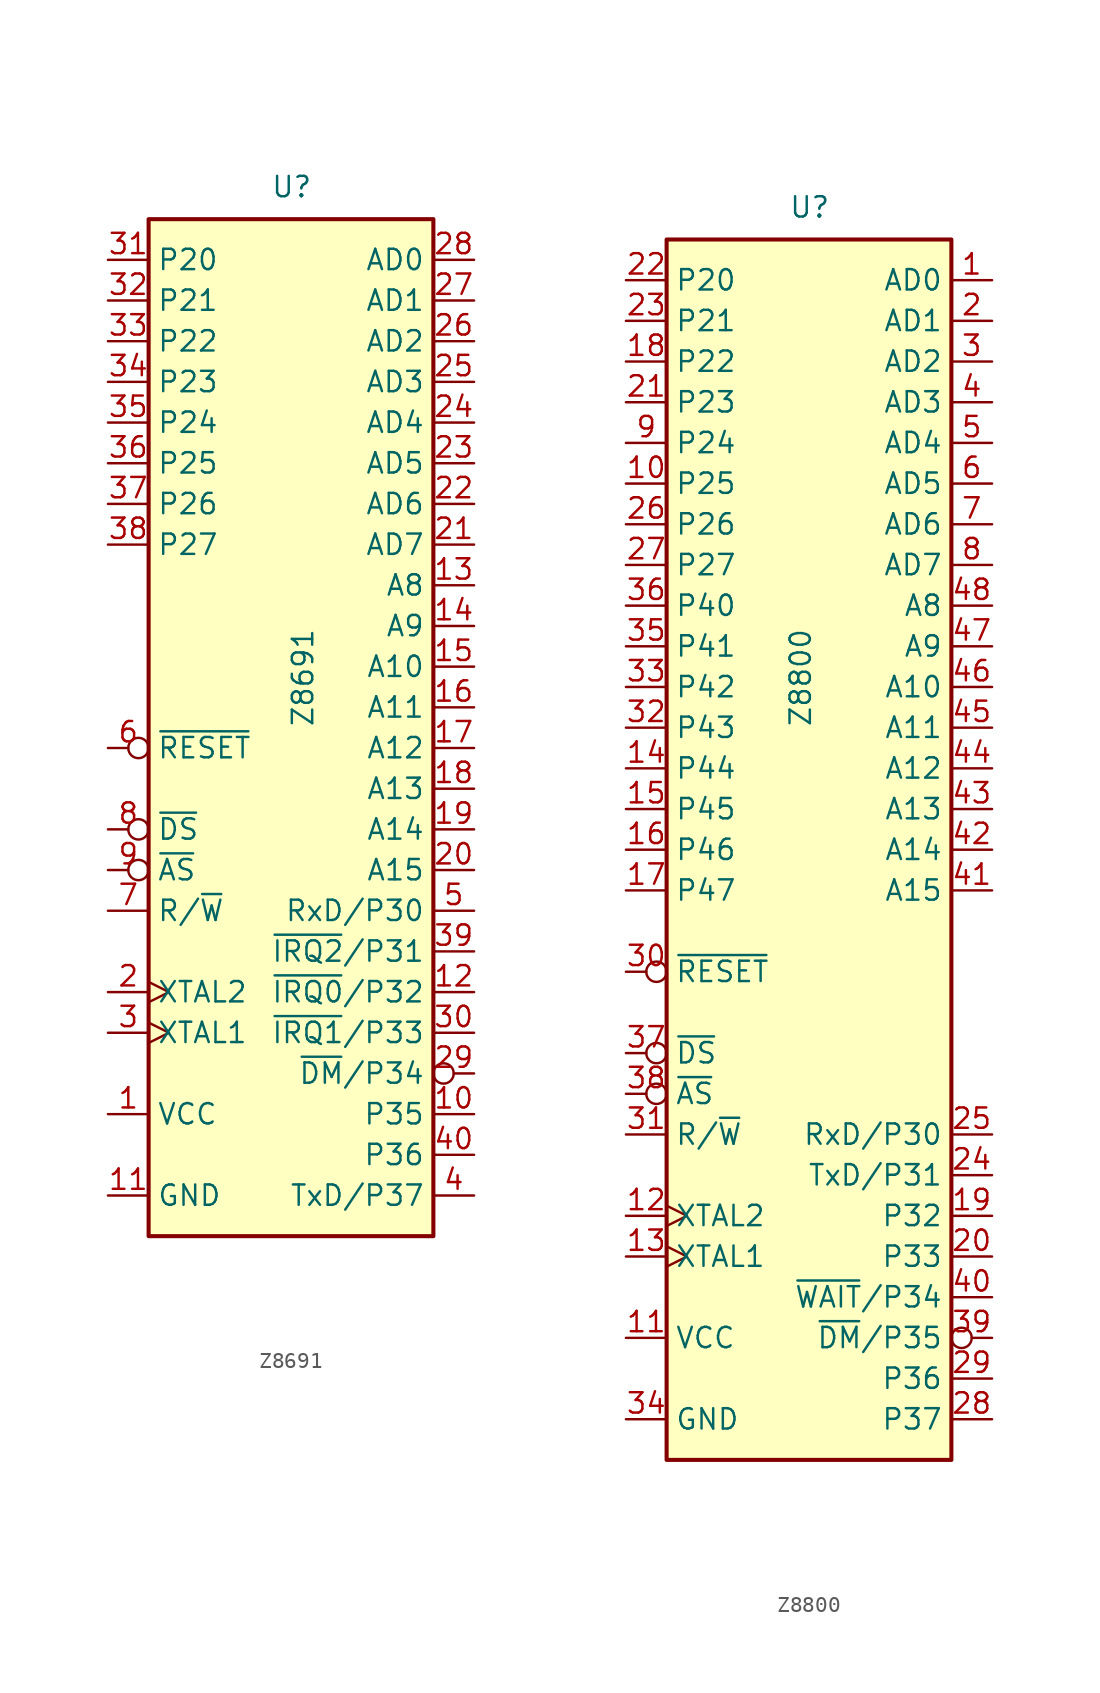
<source format=kicad_sym>
(kicad_symbol_lib
  (version 20220914)
  (generator kicad_symbol_editor)
  (symbol "Z8691"
    (property "Reference" "U"
      (at -1.27 31.75 0)
      (effects (font (size 1.27 1.27)) (justify left bottom)))
    (property "Value" "Z8691"
      (at 0 -1.27 90)
      (effects (font (size 1.27 1.27)) (justify left top)))
    (symbol "Z8691_0_1"
      (rectangle (start -8.89 -33.02) (end 8.89 30.48) (stroke (width 0.254) (type default)) (fill (type background))))
    (symbol "Z8691_1_1"
      (pin power_in line (at -11.43 -25.4 0) (length 2.54) (name "VCC" (effects (font (size 1.27 1.27)))) (number "1" (effects (font (size 1.27 1.27)))))
      (pin output line (at 11.43 -25.4 180) (length 2.54) (name "P35" (effects (font (size 1.27 1.27)))) (number "10" (effects (font (size 1.27 1.27)))))
      (pin power_in line (at -11.43 -30.48 0) (length 2.54) (name "GND" (effects (font (size 1.27 1.27)))) (number "11" (effects (font (size 1.27 1.27)))))
      (pin input line (at 11.43 -17.78 180) (length 2.54) (name "~{IRQ0}/P32" (effects (font (size 1.27 1.27)))) (number "12" (effects (font (size 1.27 1.27)))))
      (pin output line (at 11.43 7.62 180) (length 2.54) (name "A8" (effects (font (size 1.27 1.27)))) (number "13" (effects (font (size 1.27 1.27)))))
      (pin output line (at 11.43 5.08 180) (length 2.54) (name "A9" (effects (font (size 1.27 1.27)))) (number "14" (effects (font (size 1.27 1.27)))))
      (pin output line (at 11.43 2.54 180) (length 2.54) (name "A10" (effects (font (size 1.27 1.27)))) (number "15" (effects (font (size 1.27 1.27)))))
      (pin output line (at 11.43 0 180) (length 2.54) (name "A11" (effects (font (size 1.27 1.27)))) (number "16" (effects (font (size 1.27 1.27)))))
      (pin output line (at 11.43 -2.54 180) (length 2.54) (name "A12" (effects (font (size 1.27 1.27)))) (number "17" (effects (font (size 1.27 1.27)))))
      (pin output line (at 11.43 -5.08 180) (length 2.54) (name "A13" (effects (font (size 1.27 1.27)))) (number "18" (effects (font (size 1.27 1.27)))))
      (pin output line (at 11.43 -7.62 180) (length 2.54) (name "A14" (effects (font (size 1.27 1.27)))) (number "19" (effects (font (size 1.27 1.27)))))
      (pin output clock (at -11.43 -17.78 0) (length 2.54) (name "XTAL2" (effects (font (size 1.27 1.27)))) (number "2" (effects (font (size 1.27 1.27)))))
      (pin output line (at 11.43 -10.16 180) (length 2.54) (name "A15" (effects (font (size 1.27 1.27)))) (number "20" (effects (font (size 1.27 1.27)))))
      (pin bidirectional line (at 11.43 10.16 180) (length 2.54) (name "AD7" (effects (font (size 1.27 1.27)))) (number "21" (effects (font (size 1.27 1.27)))))
      (pin bidirectional line (at 11.43 12.7 180) (length 2.54) (name "AD6" (effects (font (size 1.27 1.27)))) (number "22" (effects (font (size 1.27 1.27)))))
      (pin bidirectional line (at 11.43 15.24 180) (length 2.54) (name "AD5" (effects (font (size 1.27 1.27)))) (number "23" (effects (font (size 1.27 1.27)))))
      (pin bidirectional line (at 11.43 17.78 180) (length 2.54) (name "AD4" (effects (font (size 1.27 1.27)))) (number "24" (effects (font (size 1.27 1.27)))))
      (pin bidirectional line (at 11.43 20.32 180) (length 2.54) (name "AD3" (effects (font (size 1.27 1.27)))) (number "25" (effects (font (size 1.27 1.27)))))
      (pin bidirectional line (at 11.43 22.86 180) (length 2.54) (name "AD2" (effects (font (size 1.27 1.27)))) (number "26" (effects (font (size 1.27 1.27)))))
      (pin bidirectional line (at 11.43 25.4 180) (length 2.54) (name "AD1" (effects (font (size 1.27 1.27)))) (number "27" (effects (font (size 1.27 1.27)))))
      (pin bidirectional line (at 11.43 27.94 180) (length 2.54) (name "AD0" (effects (font (size 1.27 1.27)))) (number "28" (effects (font (size 1.27 1.27)))))
      (pin output inverted (at 11.43 -22.86 180) (length 2.54) (name "~{DM}/P34" (effects (font (size 1.27 1.27)))) (number "29" (effects (font (size 1.27 1.27)))))
      (pin input clock (at -11.43 -20.32 0) (length 2.54) (name "XTAL1" (effects (font (size 1.27 1.27)))) (number "3" (effects (font (size 1.27 1.27)))))
      (pin input line (at 11.43 -20.32 180) (length 2.54) (name "~{IRQ1}/P33" (effects (font (size 1.27 1.27)))) (number "30" (effects (font (size 1.27 1.27)))))
      (pin bidirectional line (at -11.43 27.94 0) (length 2.54) (name "P20" (effects (font (size 1.27 1.27)))) (number "31" (effects (font (size 1.27 1.27)))))
      (pin bidirectional line (at -11.43 25.4 0) (length 2.54) (name "P21" (effects (font (size 1.27 1.27)))) (number "32" (effects (font (size 1.27 1.27)))))
      (pin bidirectional line (at -11.43 22.86 0) (length 2.54) (name "P22" (effects (font (size 1.27 1.27)))) (number "33" (effects (font (size 1.27 1.27)))))
      (pin bidirectional line (at -11.43 20.32 0) (length 2.54) (name "P23" (effects (font (size 1.27 1.27)))) (number "34" (effects (font (size 1.27 1.27)))))
      (pin bidirectional line (at -11.43 17.78 0) (length 2.54) (name "P24" (effects (font (size 1.27 1.27)))) (number "35" (effects (font (size 1.27 1.27)))))
      (pin bidirectional line (at -11.43 15.24 0) (length 2.54) (name "P25" (effects (font (size 1.27 1.27)))) (number "36" (effects (font (size 1.27 1.27)))))
      (pin bidirectional line (at -11.43 12.7 0) (length 2.54) (name "P26" (effects (font (size 1.27 1.27)))) (number "37" (effects (font (size 1.27 1.27)))))
      (pin bidirectional line (at -11.43 10.16 0) (length 2.54) (name "P27" (effects (font (size 1.27 1.27)))) (number "38" (effects (font (size 1.27 1.27)))))
      (pin input line (at 11.43 -15.24 180) (length 2.54) (name "~{IRQ2}/P31" (effects (font (size 1.27 1.27)))) (number "39" (effects (font (size 1.27 1.27)))))
      (pin output line (at 11.43 -30.48 180) (length 2.54) (name "TxD/P37" (effects (font (size 1.27 1.27)))) (number "4" (effects (font (size 1.27 1.27)))))
      (pin output line (at 11.43 -27.94 180) (length 2.54) (name "P36" (effects (font (size 1.27 1.27)))) (number "40" (effects (font (size 1.27 1.27)))))
      (pin input line (at 11.43 -12.7 180) (length 2.54) (name "RxD/P30" (effects (font (size 1.27 1.27)))) (number "5" (effects (font (size 1.27 1.27)))))
      (pin input inverted (at -11.43 -2.54 0) (length 2.54) (name "~{RESET}" (effects (font (size 1.27 1.27)))) (number "6" (effects (font (size 1.27 1.27)))))
      (pin output line (at -11.43 -12.7 0) (length 2.54) (name "R/~{W}" (effects (font (size 1.27 1.27)))) (number "7" (effects (font (size 1.27 1.27)))))
      (pin output inverted (at -11.43 -7.62 0) (length 2.54) (name "~{DS}" (effects (font (size 1.27 1.27)))) (number "8" (effects (font (size 1.27 1.27)))))
      (pin output inverted (at -11.43 -10.16 0) (length 2.54) (name "~{AS}" (effects (font (size 1.27 1.27)))) (number "9" (effects (font (size 1.27 1.27)))))))
  (symbol "Z8800"
    (property "Reference" "U"
      (at -1.27 39.37 0)
      (effects (font (size 1.27 1.27)) (justify left bottom)))
    (property "Value" "Z8800"
      (at -1.27 7.62 90)
      (effects (font (size 1.27 1.27)) (justify left top)))
    (symbol "Z8800_0_0"
      (pin bidirectional line (at -11.43 5.08 0) (length 2.54) (name "P44" (effects (font (size 1.27 1.27)))) (number "14" (effects (font (size 1.27 1.27)))))
      (pin bidirectional line (at -11.43 2.54 0) (length 2.54) (name "P45" (effects (font (size 1.27 1.27)))) (number "15" (effects (font (size 1.27 1.27)))))
      (pin bidirectional line (at -11.43 0 0) (length 2.54) (name "P46" (effects (font (size 1.27 1.27)))) (number "16" (effects (font (size 1.27 1.27)))))
      (pin bidirectional line (at -11.43 -2.54 0) (length 2.54) (name "P47" (effects (font (size 1.27 1.27)))) (number "17" (effects (font (size 1.27 1.27)))))
      (pin bidirectional line (at 11.43 -35.56 180) (length 2.54) (name "P37" (effects (font (size 1.27 1.27)))) (number "28" (effects (font (size 1.27 1.27)))))
      (pin bidirectional line (at 11.43 -33.02 180) (length 2.54) (name "P36" (effects (font (size 1.27 1.27)))) (number "29" (effects (font (size 1.27 1.27)))))
      (pin bidirectional line (at -11.43 7.62 0) (length 2.54) (name "P43" (effects (font (size 1.27 1.27)))) (number "32" (effects (font (size 1.27 1.27)))))
      (pin bidirectional line (at -11.43 10.16 0) (length 2.54) (name "P42" (effects (font (size 1.27 1.27)))) (number "33" (effects (font (size 1.27 1.27)))))
      (pin bidirectional line (at -11.43 15.24 0) (length 2.54) (name "P40" (effects (font (size 1.27 1.27)))) (number "36" (effects (font (size 1.27 1.27))))))
    (symbol "Z8800_0_1"
      (rectangle (start -8.89 -38.1) (end 8.89 38.1) (stroke (width 0.254) (type default)) (fill (type background))))
    (symbol "Z8800_1_1"
      (pin bidirectional line (at 11.43 35.56 180) (length 2.54) (name "AD0" (effects (font (size 1.27 1.27)))) (number "1" (effects (font (size 1.27 1.27)))))
      (pin bidirectional line (at -11.43 22.86 0) (length 2.54) (name "P25" (effects (font (size 1.27 1.27)))) (number "10" (effects (font (size 1.27 1.27)))))
      (pin power_in line (at -11.43 -30.48 0) (length 2.54) (name "VCC" (effects (font (size 1.27 1.27)))) (number "11" (effects (font (size 1.27 1.27)))))
      (pin output clock (at -11.43 -22.86 0) (length 2.54) (name "XTAL2" (effects (font (size 1.27 1.27)))) (number "12" (effects (font (size 1.27 1.27)))))
      (pin input clock (at -11.43 -25.4 0) (length 2.54) (name "XTAL1" (effects (font (size 1.27 1.27)))) (number "13" (effects (font (size 1.27 1.27)))))
      (pin bidirectional line (at -11.43 30.48 0) (length 2.54) (name "P22" (effects (font (size 1.27 1.27)))) (number "18" (effects (font (size 1.27 1.27)))))
      (pin bidirectional line (at 11.43 -22.86 180) (length 2.54) (name "P32" (effects (font (size 1.27 1.27)))) (number "19" (effects (font (size 1.27 1.27)))))
      (pin bidirectional line (at 11.43 33.02 180) (length 2.54) (name "AD1" (effects (font (size 1.27 1.27)))) (number "2" (effects (font (size 1.27 1.27)))))
      (pin bidirectional line (at 11.43 -25.4 180) (length 2.54) (name "P33" (effects (font (size 1.27 1.27)))) (number "20" (effects (font (size 1.27 1.27)))))
      (pin bidirectional line (at -11.43 27.94 0) (length 2.54) (name "P23" (effects (font (size 1.27 1.27)))) (number "21" (effects (font (size 1.27 1.27)))))
      (pin bidirectional line (at -11.43 35.56 0) (length 2.54) (name "P20" (effects (font (size 1.27 1.27)))) (number "22" (effects (font (size 1.27 1.27)))))
      (pin bidirectional line (at -11.43 33.02 0) (length 2.54) (name "P21" (effects (font (size 1.27 1.27)))) (number "23" (effects (font (size 1.27 1.27)))))
      (pin output line (at 11.43 -20.32 180) (length 2.54) (name "TxD/P31" (effects (font (size 1.27 1.27)))) (number "24" (effects (font (size 1.27 1.27)))))
      (pin input line (at 11.43 -17.78 180) (length 2.54) (name "RxD/P30" (effects (font (size 1.27 1.27)))) (number "25" (effects (font (size 1.27 1.27)))))
      (pin bidirectional line (at -11.43 20.32 0) (length 2.54) (name "P26" (effects (font (size 1.27 1.27)))) (number "26" (effects (font (size 1.27 1.27)))))
      (pin bidirectional line (at -11.43 17.78 0) (length 2.54) (name "P27" (effects (font (size 1.27 1.27)))) (number "27" (effects (font (size 1.27 1.27)))))
      (pin bidirectional line (at 11.43 30.48 180) (length 2.54) (name "AD2" (effects (font (size 1.27 1.27)))) (number "3" (effects (font (size 1.27 1.27)))))
      (pin input inverted (at -11.43 -7.62 0) (length 2.54) (name "~{RESET}" (effects (font (size 1.27 1.27)))) (number "30" (effects (font (size 1.27 1.27)))))
      (pin output line (at -11.43 -17.78 0) (length 2.54) (name "R/~{W}" (effects (font (size 1.27 1.27)))) (number "31" (effects (font (size 1.27 1.27)))))
      (pin power_in line (at -11.43 -35.56 0) (length 2.54) (name "GND" (effects (font (size 1.27 1.27)))) (number "34" (effects (font (size 1.27 1.27)))))
      (pin bidirectional line (at -11.43 12.7 0) (length 2.54) (name "P41" (effects (font (size 1.27 1.27)))) (number "35" (effects (font (size 1.27 1.27)))))
      (pin output inverted (at -11.43 -12.7 0) (length 2.54) (name "~{DS}" (effects (font (size 1.27 1.27)))) (number "37" (effects (font (size 1.27 1.27)))))
      (pin output inverted (at -11.43 -15.24 0) (length 2.54) (name "~{AS}" (effects (font (size 1.27 1.27)))) (number "38" (effects (font (size 1.27 1.27)))))
      (pin output inverted (at 11.43 -30.48 180) (length 2.54) (name "~{DM}/P35" (effects (font (size 1.27 1.27)))) (number "39" (effects (font (size 1.27 1.27)))))
      (pin bidirectional line (at 11.43 27.94 180) (length 2.54) (name "AD3" (effects (font (size 1.27 1.27)))) (number "4" (effects (font (size 1.27 1.27)))))
      (pin input line (at 11.43 -27.94 180) (length 2.54) (name "~{WAIT}/P34" (effects (font (size 1.27 1.27)))) (number "40" (effects (font (size 1.27 1.27)))))
      (pin output line (at 11.43 -2.54 180) (length 2.54) (name "A15" (effects (font (size 1.27 1.27)))) (number "41" (effects (font (size 1.27 1.27)))))
      (pin output line (at 11.43 0 180) (length 2.54) (name "A14" (effects (font (size 1.27 1.27)))) (number "42" (effects (font (size 1.27 1.27)))))
      (pin output line (at 11.43 2.54 180) (length 2.54) (name "A13" (effects (font (size 1.27 1.27)))) (number "43" (effects (font (size 1.27 1.27)))))
      (pin output line (at 11.43 5.08 180) (length 2.54) (name "A12" (effects (font (size 1.27 1.27)))) (number "44" (effects (font (size 1.27 1.27)))))
      (pin output line (at 11.43 7.62 180) (length 2.54) (name "A11" (effects (font (size 1.27 1.27)))) (number "45" (effects (font (size 1.27 1.27)))))
      (pin output line (at 11.43 10.16 180) (length 2.54) (name "A10" (effects (font (size 1.27 1.27)))) (number "46" (effects (font (size 1.27 1.27)))))
      (pin output line (at 11.43 12.7 180) (length 2.54) (name "A9" (effects (font (size 1.27 1.27)))) (number "47" (effects (font (size 1.27 1.27)))))
      (pin output line (at 11.43 15.24 180) (length 2.54) (name "A8" (effects (font (size 1.27 1.27)))) (number "48" (effects (font (size 1.27 1.27)))))
      (pin bidirectional line (at 11.43 25.4 180) (length 2.54) (name "AD4" (effects (font (size 1.27 1.27)))) (number "5" (effects (font (size 1.27 1.27)))))
      (pin bidirectional line (at 11.43 22.86 180) (length 2.54) (name "AD5" (effects (font (size 1.27 1.27)))) (number "6" (effects (font (size 1.27 1.27)))))
      (pin bidirectional line (at 11.43 20.32 180) (length 2.54) (name "AD6" (effects (font (size 1.27 1.27)))) (number "7" (effects (font (size 1.27 1.27)))))
      (pin bidirectional line (at 11.43 17.78 180) (length 2.54) (name "AD7" (effects (font (size 1.27 1.27)))) (number "8" (effects (font (size 1.27 1.27)))))
      (pin bidirectional line (at -11.43 25.4 0) (length 2.54) (name "P24" (effects (font (size 1.27 1.27)))) (number "9" (effects (font (size 1.27 1.27))))))))
</source>
